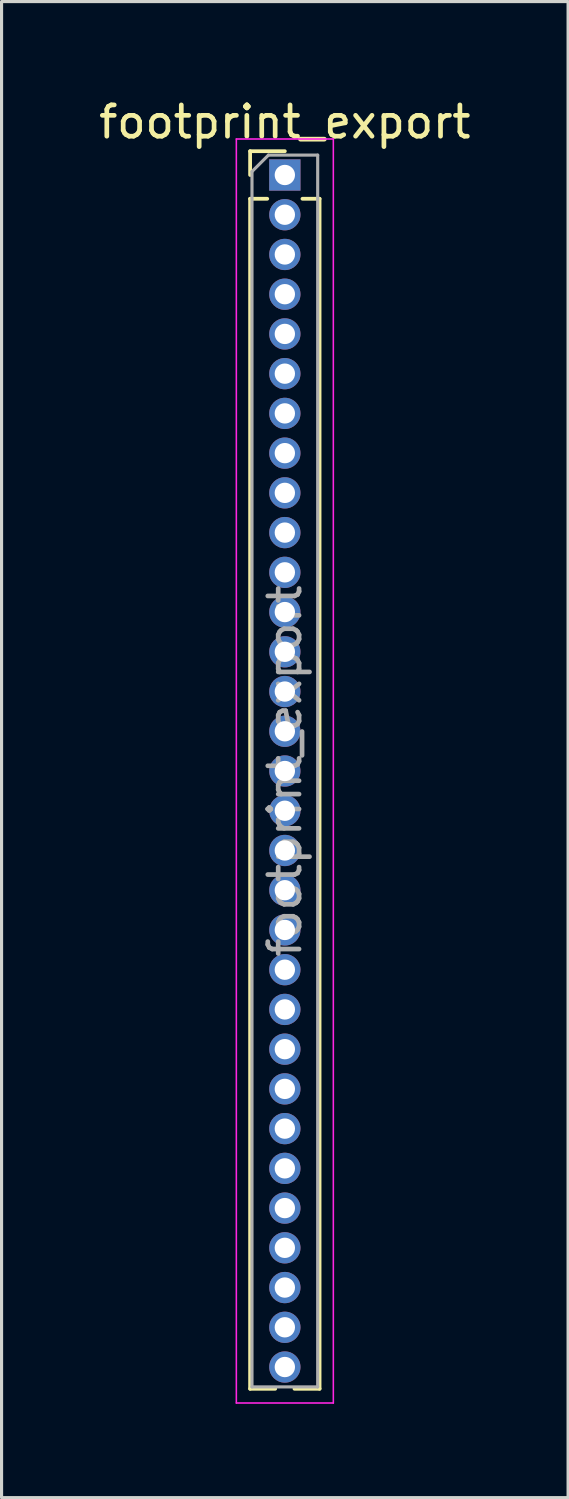
<source format=kicad_pcb>
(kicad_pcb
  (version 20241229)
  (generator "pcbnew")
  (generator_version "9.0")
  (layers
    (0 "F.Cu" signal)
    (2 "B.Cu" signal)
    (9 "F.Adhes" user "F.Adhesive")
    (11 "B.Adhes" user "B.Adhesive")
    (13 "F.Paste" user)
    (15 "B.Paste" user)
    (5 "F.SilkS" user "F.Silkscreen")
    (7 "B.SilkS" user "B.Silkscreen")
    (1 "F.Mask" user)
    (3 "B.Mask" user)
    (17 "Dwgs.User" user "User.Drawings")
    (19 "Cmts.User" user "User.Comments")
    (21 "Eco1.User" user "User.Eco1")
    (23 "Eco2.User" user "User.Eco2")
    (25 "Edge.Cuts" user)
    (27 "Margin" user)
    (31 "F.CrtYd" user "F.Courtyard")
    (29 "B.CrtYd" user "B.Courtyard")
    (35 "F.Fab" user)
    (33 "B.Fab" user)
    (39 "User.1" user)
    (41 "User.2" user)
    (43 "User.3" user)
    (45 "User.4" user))
  (footprint "footprint_export"
    (layer "F.Cu")
    (at 6.054 2.543)
    (property "Reference" "footprint_export" (at 0 -1.695 0) (layer "F.SilkS") (effects (font (size 1 1) (thickness 0.15))))
    (attr through_hole)
    (fp_line (start -1.11 -0.76) (end 0 -0.76) (stroke (width 0.12) (type solid)) (layer "F.SilkS"))
    (fp_line (start -1.11 0) (end -1.11 -0.76) (stroke (width 0.12) (type solid)) (layer "F.SilkS"))
    (fp_line (start -1.11 0.76) (end -1.11 38.795) (stroke (width 0.12) (type solid)) (layer "F.SilkS"))
    (fp_line (start -1.11 0.76) (end -0.563 0.76) (stroke (width 0.12) (type solid)) (layer "F.SilkS"))
    (fp_line (start -1.11 38.795) (end -0.308 38.795) (stroke (width 0.12) (type solid)) (layer "F.SilkS"))
    (fp_line (start 0.308 38.795) (end 1.11 38.795) (stroke (width 0.12) (type solid)) (layer "F.SilkS"))
    (fp_line (start 0.563 0.76) (end 1.11 0.76) (stroke (width 0.12) (type solid)) (layer "F.SilkS"))
    (fp_line (start 1.11 0.76) (end 1.11 38.795) (stroke (width 0.12) (type solid)) (layer "F.SilkS"))
    (fp_line (start -1.55 -1.15) (end -1.55 39.25) (stroke (width 0.05) (type solid)) (layer "F.CrtYd"))
    (fp_line (start -1.55 39.25) (end 1.55 39.25) (stroke (width 0.05) (type solid)) (layer "F.CrtYd"))
    (fp_line (start 1.55 -1.15) (end -1.55 -1.15) (stroke (width 0.05) (type solid)) (layer "F.CrtYd"))
    (fp_line (start 1.55 39.25) (end 1.55 -1.15) (stroke (width 0.05) (type solid)) (layer "F.CrtYd"))
    (fp_line (start -1.05 -0.11) (end -0.525 -0.635) (stroke (width 0.1) (type solid)) (layer "F.Fab"))
    (fp_line (start -1.05 38.735) (end -1.05 -0.11) (stroke (width 0.1) (type solid)) (layer "F.Fab"))
    (fp_line (start -0.525 -0.635) (end 1.05 -0.635) (stroke (width 0.1) (type solid)) (layer "F.Fab"))
    (fp_line (start 1.05 -0.635) (end 1.05 38.735) (stroke (width 0.1) (type solid)) (layer "F.Fab"))
    (fp_line (start 1.05 38.735) (end -1.05 38.735) (stroke (width 0.1) (type solid)) (layer "F.Fab"))
    (fp_text user "${REFERENCE}" (at 0 19.05 90) (layer "F.Fab") (effects (font (size 1 1) (thickness 0.15))))
    (pad "1" thru_hole rect (at 0 0) (size 1 1) (drill 0.65) (layers "*.Cu" "*.Mask"))
    (pad "2" thru_hole oval (at 0 1.27) (size 1 1) (drill 0.65) (layers "*.Cu" "*.Mask"))
    (pad "3" thru_hole oval (at 0 2.54) (size 1 1) (drill 0.65) (layers "*.Cu" "*.Mask"))
    (pad "4" thru_hole oval (at 0 3.81) (size 1 1) (drill 0.65) (layers "*.Cu" "*.Mask"))
    (pad "5" thru_hole oval (at 0 5.08) (size 1 1) (drill 0.65) (layers "*.Cu" "*.Mask"))
    (pad "6" thru_hole oval (at 0 6.35) (size 1 1) (drill 0.65) (layers "*.Cu" "*.Mask"))
    (pad "7" thru_hole oval (at 0 7.62) (size 1 1) (drill 0.65) (layers "*.Cu" "*.Mask"))
    (pad "8" thru_hole oval (at 0 8.89) (size 1 1) (drill 0.65) (layers "*.Cu" "*.Mask"))
    (pad "9" thru_hole oval (at 0 10.16) (size 1 1) (drill 0.65) (layers "*.Cu" "*.Mask"))
    (pad "10" thru_hole oval (at 0 11.43) (size 1 1) (drill 0.65) (layers "*.Cu" "*.Mask"))
    (pad "11" thru_hole oval (at 0 12.7) (size 1 1) (drill 0.65) (layers "*.Cu" "*.Mask"))
    (pad "12" thru_hole oval (at 0 13.97) (size 1 1) (drill 0.65) (layers "*.Cu" "*.Mask"))
    (pad "13" thru_hole oval (at 0 15.24) (size 1 1) (drill 0.65) (layers "*.Cu" "*.Mask"))
    (pad "14" thru_hole oval (at 0 16.51) (size 1 1) (drill 0.65) (layers "*.Cu" "*.Mask"))
    (pad "15" thru_hole oval (at 0 17.78) (size 1 1) (drill 0.65) (layers "*.Cu" "*.Mask"))
    (pad "16" thru_hole oval (at 0 19.05) (size 1 1) (drill 0.65) (layers "*.Cu" "*.Mask"))
    (pad "17" thru_hole oval (at 0 20.32) (size 1 1) (drill 0.65) (layers "*.Cu" "*.Mask"))
    (pad "18" thru_hole oval (at 0 21.59) (size 1 1) (drill 0.65) (layers "*.Cu" "*.Mask"))
    (pad "19" thru_hole oval (at 0 22.86) (size 1 1) (drill 0.65) (layers "*.Cu" "*.Mask"))
    (pad "20" thru_hole oval (at 0 24.13) (size 1 1) (drill 0.65) (layers "*.Cu" "*.Mask"))
    (pad "21" thru_hole oval (at 0 25.4) (size 1 1) (drill 0.65) (layers "*.Cu" "*.Mask"))
    (pad "22" thru_hole oval (at 0 26.67) (size 1 1) (drill 0.65) (layers "*.Cu" "*.Mask"))
    (pad "23" thru_hole oval (at 0 27.94) (size 1 1) (drill 0.65) (layers "*.Cu" "*.Mask"))
    (pad "24" thru_hole oval (at 0 29.21) (size 1 1) (drill 0.65) (layers "*.Cu" "*.Mask"))
    (pad "25" thru_hole oval (at 0 30.48) (size 1 1) (drill 0.65) (layers "*.Cu" "*.Mask"))
    (pad "26" thru_hole oval (at 0 31.75) (size 1 1) (drill 0.65) (layers "*.Cu" "*.Mask"))
    (pad "27" thru_hole oval (at 0 33.02) (size 1 1) (drill 0.65) (layers "*.Cu" "*.Mask"))
    (pad "28" thru_hole oval (at 0 34.29) (size 1 1) (drill 0.65) (layers "*.Cu" "*.Mask"))
    (pad "29" thru_hole oval (at 0 35.56) (size 1 1) (drill 0.65) (layers "*.Cu" "*.Mask"))
    (pad "30" thru_hole oval (at 0 36.83) (size 1 1) (drill 0.65) (layers "*.Cu" "*.Mask"))
    (pad "31" thru_hole oval (at 0 38.1) (size 1 1) (drill 0.65) (layers "*.Cu" "*.Mask")))
  (gr_rect
    (start -3 -3)
    (end 15.107 44.818)
    (stroke (width 0.1) (type default))
    (fill no)
    (layer "Edge.Cuts")))
</source>
